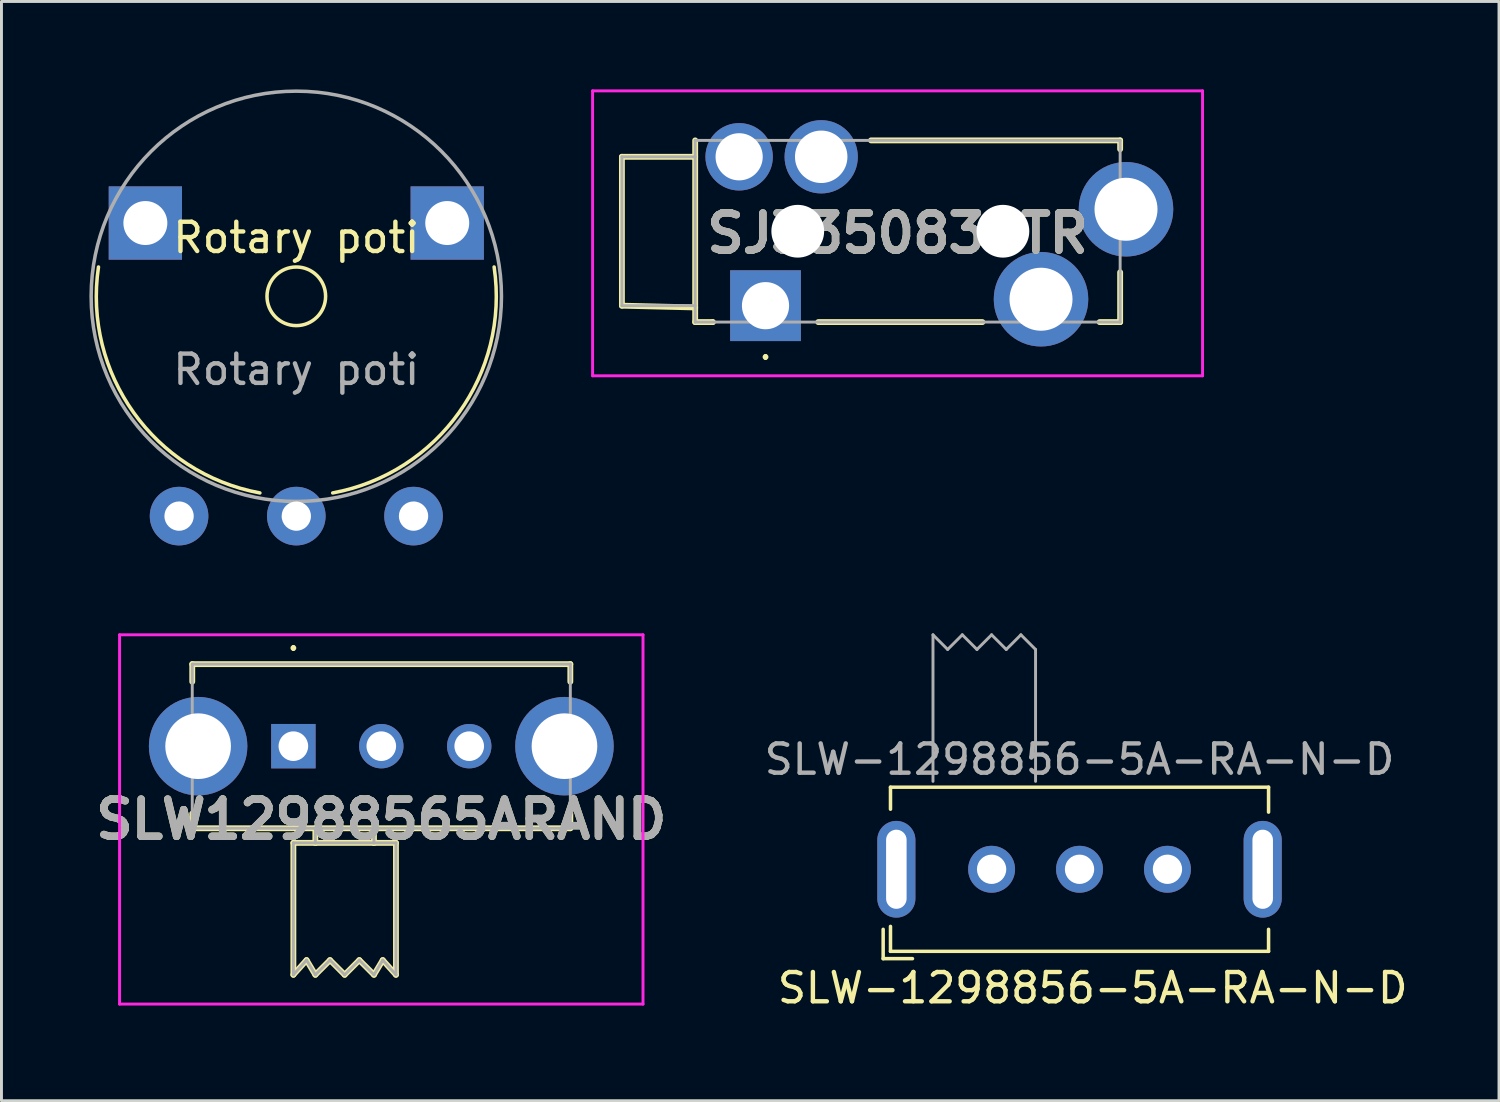
<source format=kicad_pcb>
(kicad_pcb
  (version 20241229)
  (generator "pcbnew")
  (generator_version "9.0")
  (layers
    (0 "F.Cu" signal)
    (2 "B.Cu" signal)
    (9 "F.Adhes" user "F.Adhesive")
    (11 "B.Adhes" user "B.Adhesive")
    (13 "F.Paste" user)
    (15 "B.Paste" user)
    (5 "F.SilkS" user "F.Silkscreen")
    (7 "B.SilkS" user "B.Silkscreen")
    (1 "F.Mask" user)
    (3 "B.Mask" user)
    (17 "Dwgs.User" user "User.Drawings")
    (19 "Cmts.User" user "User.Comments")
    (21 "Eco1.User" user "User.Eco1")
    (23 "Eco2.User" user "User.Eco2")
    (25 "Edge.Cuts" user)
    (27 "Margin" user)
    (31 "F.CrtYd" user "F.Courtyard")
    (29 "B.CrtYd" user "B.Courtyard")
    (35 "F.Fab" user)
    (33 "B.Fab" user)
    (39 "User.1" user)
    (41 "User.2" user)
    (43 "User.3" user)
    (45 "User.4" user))
  (footprint "SLW-1298856-5A-RA-N-D"
    (layer "F.Cu")
    (at 33.784 26.61)
    (property "Reference" "SLW-1298856-5A-RA-N-D" (at 0.45 4.05 0) (unlocked yes) (layer "F.SilkS") (effects (font (size 1 1) (thickness 0.15))))
    (attr through_hole)
    (fp_line (start -6.7 2.05) (end -6.7 3.05) (stroke (width 0.12) (type default)) (layer "F.SilkS"))
    (fp_line (start -6.7 3.05) (end -5.7 3.05) (stroke (width 0.12) (type default)) (layer "F.SilkS"))
    (fp_line (start -6.45 -2.8) (end -6.45 -2.05) (stroke (width 0.12) (type default)) (layer "F.SilkS"))
    (fp_line (start -6.45 2.8) (end -6.45 1.95) (stroke (width 0.12) (type default)) (layer "F.SilkS"))
    (fp_line (start -6.45 2.8) (end 6.45 2.8) (stroke (width 0.12) (type default)) (layer "F.SilkS"))
    (fp_line (start 6.45 -2.8) (end -6.45 -2.8) (stroke (width 0.12) (type default)) (layer "F.SilkS"))
    (fp_line (start 6.45 -2.8) (end 6.45 -1.95) (stroke (width 0.12) (type default)) (layer "F.SilkS"))
    (fp_line (start 6.45 2.8) (end 6.45 2.05) (stroke (width 0.12) (type default)) (layer "F.SilkS"))
    (fp_line (start -5 -3) (end -5 -8) (stroke (width 0.1) (type default)) (layer "F.Fab"))
    (fp_line (start -4.5 -7.5) (end -5 -8) (stroke (width 0.1) (type default)) (layer "F.Fab"))
    (fp_line (start -4 -8) (end -4.5 -7.5) (stroke (width 0.1) (type default)) (layer "F.Fab"))
    (fp_line (start -3.5 -7.5) (end -4 -8) (stroke (width 0.1) (type default)) (layer "F.Fab"))
    (fp_line (start -3 -8) (end -3.5 -7.5) (stroke (width 0.1) (type default)) (layer "F.Fab"))
    (fp_line (start -2.5 -7.5) (end -3 -8) (stroke (width 0.1) (type default)) (layer "F.Fab"))
    (fp_line (start -2 -8) (end -2.5 -7.5) (stroke (width 0.1) (type default)) (layer "F.Fab"))
    (fp_line (start -1.5 -7.5) (end -2 -8) (stroke (width 0.1) (type default)) (layer "F.Fab"))
    (fp_line (start -1.5 -3) (end -1.5 -7.5) (stroke (width 0.1) (type default)) (layer "F.Fab"))
    (fp_text user "${REFERENCE}" (at 0 -3.75 0) (unlocked yes) (layer "F.Fab") (effects (font (size 1 1) (thickness 0.15))))
    (pad "" thru_hole oval (at -6.25 0) (size 1.3 3.3) (drill oval 0.7 2.7) (layers "*.Cu" "*.Mask"))
    (pad "" thru_hole oval (at 6.25 0) (size 1.3 3.3) (drill oval 0.7 2.7) (layers "*.Cu" "*.Mask"))
    (pad "1" thru_hole circle (at -3 0) (size 1.6 1.6) (drill 1) (layers "*.Cu" "*.Mask"))
    (pad "2" thru_hole circle (at 0 0) (size 1.6 1.6) (drill 1) (layers "*.Cu" "*.Mask"))
    (pad "3" thru_hole circle (at 3 0) (size 1.6 1.6) (drill 1) (layers "*.Cu" "*.Mask")))
  (footprint "SJ335083DTR"
    (layer "F.Cu")
    (at 23.07 7.38)
    (property "Reference" "SJ335083DTR" (at 4.506 -2.469 0) (layer "F.SilkS") (effects (font (size 1.27 1.27) (thickness 0.254))))
    (attr through_hole)
    (fp_line (start -4.9 -5.08) (end -2.4 -5.08) (stroke (width 0.2) (type solid)) (layer "F.SilkS"))
    (fp_line (start -4.9 0) (end -4.9 -5.08) (stroke (width 0.2) (type solid)) (layer "F.SilkS"))
    (fp_line (start -2.4 0.06) (end -4.9 0) (stroke (width 0.2) (type solid)) (layer "F.SilkS"))
    (fp_line (start -2.4 0.56) (end -2.4 -5.64) (stroke (width 0.2) (type solid)) (layer "F.SilkS"))
    (fp_line (start -1.8 0.56) (end -2.4 0.56) (stroke (width 0.2) (type solid)) (layer "F.SilkS"))
    (fp_line (start -1.8 0.56) (end -1.8 0.56) (stroke (width 0.2) (type solid)) (layer "F.SilkS"))
    (fp_line (start 0 1.7) (end 0 1.7) (stroke (width 0.1) (type solid)) (layer "F.SilkS"))
    (fp_line (start 0 1.8) (end 0 1.8) (stroke (width 0.1) (type solid)) (layer "F.SilkS"))
    (fp_line (start 3.6 -5.64) (end 12.1 -5.64) (stroke (width 0.2) (type solid)) (layer "F.SilkS"))
    (fp_line (start 7.4 0.56) (end 1.8 0.56) (stroke (width 0.2) (type solid)) (layer "F.SilkS"))
    (fp_line (start 12.1 -5.64) (end 12.1 -5.34) (stroke (width 0.2) (type solid)) (layer "F.SilkS"))
    (fp_line (start 12.1 -1.14) (end 12.1 0.56) (stroke (width 0.2) (type solid)) (layer "F.SilkS"))
    (fp_line (start 12.1 0.56) (end 11.4 0.56) (stroke (width 0.2) (type solid)) (layer "F.SilkS"))
    (fp_arc (start 0 1.7) (mid 0.05 1.75) (end 0 1.8) (stroke (width 0.1) (type solid)) (layer "F.SilkS"))
    (fp_arc (start 0 1.8) (mid -0.05 1.75) (end 0 1.7) (stroke (width 0.1) (type solid)) (layer "F.SilkS"))
    (fp_line (start -5.9 -7.33) (end 14.912 -7.33) (stroke (width 0.1) (type solid)) (layer "F.CrtYd"))
    (fp_line (start -5.9 2.392) (end -5.9 -7.33) (stroke (width 0.1) (type solid)) (layer "F.CrtYd"))
    (fp_line (start 14.912 -7.33) (end 14.912 2.392) (stroke (width 0.1) (type solid)) (layer "F.CrtYd"))
    (fp_line (start 14.912 2.392) (end -5.9 2.392) (stroke (width 0.1) (type solid)) (layer "F.CrtYd"))
    (fp_line (start -4.9 -5.08) (end -4.9 0) (stroke (width 0.1) (type solid)) (layer "F.Fab"))
    (fp_line (start -4.9 0) (end -2.4 0) (stroke (width 0.1) (type solid)) (layer "F.Fab"))
    (fp_line (start -2.4 -5.64) (end 12.1 -5.64) (stroke (width 0.1) (type solid)) (layer "F.Fab"))
    (fp_line (start -2.4 -5.08) (end -4.9 -5.08) (stroke (width 0.1) (type solid)) (layer "F.Fab"))
    (fp_line (start -2.4 0.56) (end -2.4 -5.64) (stroke (width 0.1) (type solid)) (layer "F.Fab"))
    (fp_line (start 12.1 -5.64) (end 12.1 0.56) (stroke (width 0.1) (type solid)) (layer "F.Fab"))
    (fp_line (start 12.1 0.56) (end -2.4 0.56) (stroke (width 0.1) (type solid)) (layer "F.Fab"))
    (fp_text user "${REFERENCE}" (at 4.506 -2.469 0) (layer "F.Fab") (effects (font (size 1.27 1.27) (thickness 0.254))))
    (pad "" np_thru_hole circle (at 1.1 -2.54) (size 1.8 1.8) (drill 1.8) (layers "*.Cu" "*.Mask"))
    (pad "" np_thru_hole circle (at 8.1 -2.54) (size 1.8 1.8) (drill 1.8) (layers "*.Cu" "*.Mask"))
    (pad "1" thru_hole rect (at 0 0) (size 2.415 2.415) (drill 1.61) (layers "*.Cu" "*.Mask"))
    (pad "2" thru_hole circle (at 9.4 -0.22) (size 3.225 3.225) (drill 2.15) (layers "*.Cu" "*.Mask"))
    (pad "3" thru_hole circle (at 12.3 -3.29) (size 3.225 3.225) (drill 2.15) (layers "*.Cu" "*.Mask"))
    (pad "4" thru_hole circle (at -0.9 -5.08) (size 2.3 2.3) (drill 1.61) (layers "*.Cu" "*.Mask"))
    (pad "5" thru_hole circle (at 1.9 -5.08) (size 2.5 2.5) (drill 1.79) (layers "*.Cu" "*.Mask")))
  (footprint "Rotary poti"
    (layer "F.Cu")
    (at 7.06 7.06)
    (property "Reference" "Rotary poti" (at 0 -2 0) (unlocked yes) (layer "F.SilkS") (effects (font (size 1 1) (thickness 0.15))))
    (attr through_hole)
    (fp_arc (start -1.242517 6.709594) (mid -5.552436 3.966479) (end -6.75 -1) (stroke (width 0.12) (type default)) (layer "F.SilkS"))
    (fp_arc (start 6.75 -1) (mid 5.552436 3.966479) (end 1.242517 6.709594) (stroke (width 0.12) (type default)) (layer "F.SilkS"))
    (fp_circle (center 0 0) (end 1 0) (stroke (width 0.12) (type default)) (fill no) (layer "F.SilkS"))
    (fp_circle (center 0 0) (end 7 0) (stroke (width 0.12) (type default)) (fill no) (layer "F.Fab"))
    (fp_text user "${REFERENCE}" (at 0 2.5 0) (unlocked yes) (layer "F.Fab") (effects (font (size 1 1) (thickness 0.15))))
    (pad "" thru_hole rect (at -5.15 -2.5) (size 2.5 2.5) (drill 1.5) (layers "*.Cu" "*.Mask"))
    (pad "" thru_hole rect (at 5.15 -2.5) (size 2.5 2.5) (drill 1.5) (layers "*.Cu" "*.Mask"))
    (pad "1" thru_hole circle (at -4 7.5) (size 2 2) (drill 1) (layers "*.Cu" "*.Mask"))
    (pad "2" thru_hole circle (at 0 7.5) (size 2 2) (drill 1) (layers "*.Cu" "*.Mask"))
    (pad "3" thru_hole circle (at 4 7.5) (size 2 2) (drill 1) (layers "*.Cu" "*.Mask")))
  (footprint "SLW12988565ARAND"
    (layer "F.Cu")
    (at 6.96 22.41)
    (property "Reference" "SLW12988565ARAND" (at 3 2.5 0) (layer "F.SilkS") (effects (font (size 1.27 1.27) (thickness 0.254))))
    (attr through_hole)
    (fp_line (start -3.45 -2.8) (end 9.45 -2.8) (stroke (width 0.2) (type solid)) (layer "F.SilkS"))
    (fp_line (start -3.45 -2.2) (end -3.45 -2.8) (stroke (width 0.2) (type solid)) (layer "F.SilkS"))
    (fp_line (start -3.45 2.3) (end -3.45 2.8) (stroke (width 0.2) (type solid)) (layer "F.SilkS"))
    (fp_line (start -3.45 2.8) (end 9.45 2.8) (stroke (width 0.2) (type solid)) (layer "F.SilkS"))
    (fp_line (start 0 -3.4) (end 0 -3.4) (stroke (width 0.1) (type solid)) (layer "F.SilkS"))
    (fp_line (start 0 -3.3) (end 0 -3.3) (stroke (width 0.1) (type solid)) (layer "F.SilkS"))
    (fp_line (start 0 3.3) (end 0 7.8) (stroke (width 0.2) (type solid)) (layer "F.SilkS"))
    (fp_line (start 0 7.8) (end 0.45 7.3) (stroke (width 0.2) (type solid)) (layer "F.SilkS"))
    (fp_line (start 0.45 7.3) (end 0.75 7.8) (stroke (width 0.2) (type solid)) (layer "F.SilkS"))
    (fp_line (start 0.75 2.8) (end 0.75 3.3) (stroke (width 0.2) (type solid)) (layer "F.SilkS"))
    (fp_line (start 0.75 3.3) (end 0 3.3) (stroke (width 0.2) (type solid)) (layer "F.SilkS"))
    (fp_line (start 0.75 3.3) (end 2.75 3.3) (stroke (width 0.2) (type solid)) (layer "F.SilkS"))
    (fp_line (start 0.75 7.8) (end 1.25 7.3) (stroke (width 0.2) (type solid)) (layer "F.SilkS"))
    (fp_line (start 1.25 7.3) (end 1.75 7.8) (stroke (width 0.2) (type solid)) (layer "F.SilkS"))
    (fp_line (start 1.75 7.8) (end 2.25 7.3) (stroke (width 0.2) (type solid)) (layer "F.SilkS"))
    (fp_line (start 2.25 7.3) (end 2.75 7.8) (stroke (width 0.2) (type solid)) (layer "F.SilkS"))
    (fp_line (start 2.75 3.3) (end 2.75 2.8) (stroke (width 0.2) (type solid)) (layer "F.SilkS"))
    (fp_line (start 2.75 7.8) (end 3.05 7.3) (stroke (width 0.2) (type solid)) (layer "F.SilkS"))
    (fp_line (start 3.05 7.3) (end 3.5 7.8) (stroke (width 0.2) (type solid)) (layer "F.SilkS"))
    (fp_line (start 3.5 3.3) (end 2.75 3.3) (stroke (width 0.2) (type solid)) (layer "F.SilkS"))
    (fp_line (start 3.5 7.8) (end 3.5 3.3) (stroke (width 0.2) (type solid)) (layer "F.SilkS"))
    (fp_line (start 9.45 -2.8) (end 9.45 -2.2) (stroke (width 0.2) (type solid)) (layer "F.SilkS"))
    (fp_line (start 9.45 2.8) (end 9.45 2.3) (stroke (width 0.2) (type solid)) (layer "F.SilkS"))
    (fp_arc (start 0 -3.4) (mid 0.05 -3.35) (end 0 -3.3) (stroke (width 0.1) (type solid)) (layer "F.SilkS"))
    (fp_arc (start 0 -3.3) (mid -0.05 -3.35) (end 0 -3.4) (stroke (width 0.1) (type solid)) (layer "F.SilkS"))
    (fp_line (start -5.93 -3.8) (end 11.93 -3.8) (stroke (width 0.1) (type solid)) (layer "F.CrtYd"))
    (fp_line (start -5.93 8.8) (end -5.93 -3.8) (stroke (width 0.1) (type solid)) (layer "F.CrtYd"))
    (fp_line (start 11.93 -3.8) (end 11.93 8.8) (stroke (width 0.1) (type solid)) (layer "F.CrtYd"))
    (fp_line (start 11.93 8.8) (end -5.93 8.8) (stroke (width 0.1) (type solid)) (layer "F.CrtYd"))
    (fp_line (start -3.45 -2.8) (end 9.45 -2.8) (stroke (width 0.1) (type solid)) (layer "F.Fab"))
    (fp_line (start -3.45 2.8) (end -3.45 -2.8) (stroke (width 0.1) (type solid)) (layer "F.Fab"))
    (fp_line (start 0 3.3) (end 0 7.8) (stroke (width 0.1) (type solid)) (layer "F.Fab"))
    (fp_line (start 0 7.8) (end 0.45 7.3) (stroke (width 0.1) (type solid)) (layer "F.Fab"))
    (fp_line (start 0.45 7.3) (end 0.75 7.8) (stroke (width 0.1) (type solid)) (layer "F.Fab"))
    (fp_line (start 0.75 2.8) (end 0.75 3.3) (stroke (width 0.1) (type solid)) (layer "F.Fab"))
    (fp_line (start 0.75 3.3) (end 0 3.3) (stroke (width 0.1) (type solid)) (layer "F.Fab"))
    (fp_line (start 0.75 3.3) (end 2.75 3.3) (stroke (width 0.1) (type solid)) (layer "F.Fab"))
    (fp_line (start 0.75 7.8) (end 1.25 7.3) (stroke (width 0.1) (type solid)) (layer "F.Fab"))
    (fp_line (start 1.25 7.3) (end 1.75 7.8) (stroke (width 0.1) (type solid)) (layer "F.Fab"))
    (fp_line (start 1.75 7.8) (end 2.25 7.3) (stroke (width 0.1) (type solid)) (layer "F.Fab"))
    (fp_line (start 2.25 7.3) (end 2.75 7.8) (stroke (width 0.1) (type solid)) (layer "F.Fab"))
    (fp_line (start 2.75 3.3) (end 2.75 2.8) (stroke (width 0.1) (type solid)) (layer "F.Fab"))
    (fp_line (start 2.75 7.8) (end 3.05 7.3) (stroke (width 0.1) (type solid)) (layer "F.Fab"))
    (fp_line (start 3.05 7.3) (end 3.5 7.8) (stroke (width 0.1) (type solid)) (layer "F.Fab"))
    (fp_line (start 3.5 3.3) (end 2.75 3.3) (stroke (width 0.1) (type solid)) (layer "F.Fab"))
    (fp_line (start 3.5 7.8) (end 3.5 3.3) (stroke (width 0.1) (type solid)) (layer "F.Fab"))
    (fp_line (start 9.45 -2.8) (end 9.45 2.8) (stroke (width 0.1) (type solid)) (layer "F.Fab"))
    (fp_line (start 9.45 2.8) (end -3.45 2.8) (stroke (width 0.1) (type solid)) (layer "F.Fab"))
    (fp_text user "${REFERENCE}" (at 3 2.5 0) (layer "F.Fab") (effects (font (size 1.27 1.27) (thickness 0.254))))
    (pad "1" thru_hole rect (at 0 0) (size 1.515 1.515) (drill 1.01) (layers "*.Cu" "*.Mask"))
    (pad "2" thru_hole circle (at 3 0) (size 1.515 1.515) (drill 1.01) (layers "*.Cu" "*.Mask"))
    (pad "3" thru_hole circle (at 6 0) (size 1.515 1.515) (drill 1.01) (layers "*.Cu" "*.Mask"))
    (pad "4" thru_hole circle (at -3.25 0) (size 3.36 3.36) (drill 2.24) (layers "*.Cu" "*.Mask"))
    (pad "5" thru_hole circle (at 9.25 0) (size 3.36 3.36) (drill 2.24) (layers "*.Cu" "*.Mask")))
  (gr_rect
    (start -3 -3)
    (end 48.097 34.508)
    (stroke (width 0.1) (type default))
    (fill no)
    (layer "Edge.Cuts")))
</source>
